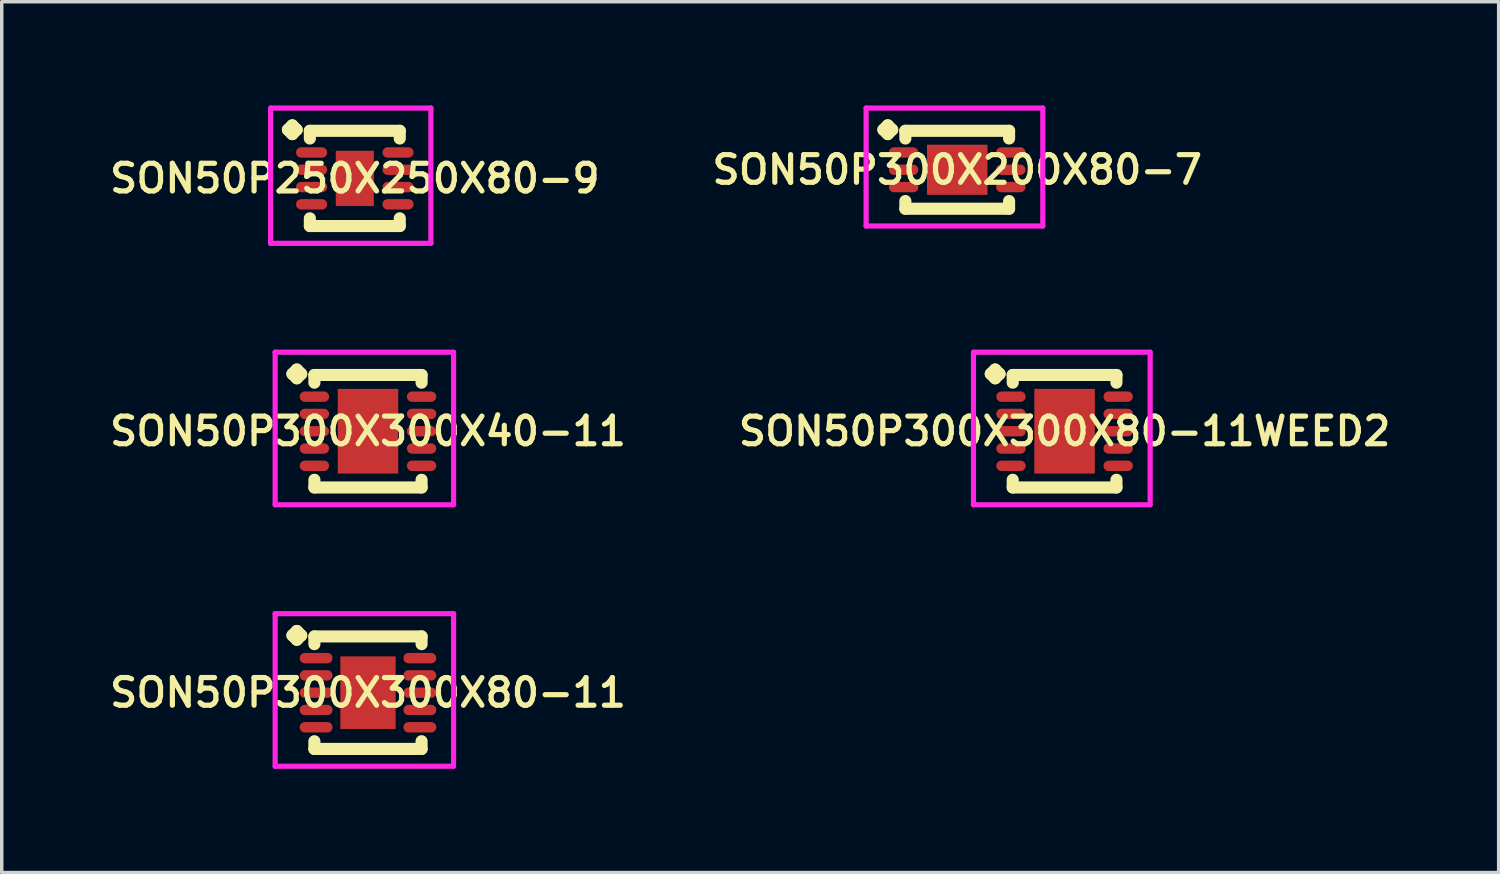
<source format=kicad_pcb>
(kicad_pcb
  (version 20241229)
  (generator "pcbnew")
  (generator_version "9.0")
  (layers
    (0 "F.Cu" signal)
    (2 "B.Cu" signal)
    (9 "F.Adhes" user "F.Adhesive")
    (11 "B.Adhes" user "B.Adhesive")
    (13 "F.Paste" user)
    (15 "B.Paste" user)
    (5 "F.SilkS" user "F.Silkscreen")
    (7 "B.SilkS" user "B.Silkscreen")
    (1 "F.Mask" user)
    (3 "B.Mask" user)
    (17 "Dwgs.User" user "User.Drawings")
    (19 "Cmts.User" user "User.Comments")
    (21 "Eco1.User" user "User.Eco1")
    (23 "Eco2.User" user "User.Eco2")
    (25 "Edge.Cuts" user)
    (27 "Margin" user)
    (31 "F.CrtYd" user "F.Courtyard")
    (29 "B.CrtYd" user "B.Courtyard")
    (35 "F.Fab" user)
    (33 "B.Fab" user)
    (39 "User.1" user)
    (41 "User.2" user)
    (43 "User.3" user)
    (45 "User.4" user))
  (footprint "SON50P300X200X80-7"
    (layer "F.Cu")
    (at 24.635 1.86)
    (property "Reference" "SON50P300X200X80-7" (at 0 0 0) (layer "F.SilkS") (effects (font (size 0.8 0.8) (thickness 0.15))))
    (attr smd)
    (fp_line (start -2.135 -1.158) (end -2.008 -1.285) (stroke (width 0.35) (type solid)) (layer "F.SilkS"))
    (fp_line (start -2.008 -1.285) (end -1.881 -1.158) (stroke (width 0.35) (type solid)) (layer "F.SilkS"))
    (fp_line (start -2.008 -1.031) (end -2.135 -1.158) (stroke (width 0.35) (type solid)) (layer "F.SilkS"))
    (fp_line (start -1.881 -1.158) (end -2.008 -1.031) (stroke (width 0.35) (type solid)) (layer "F.SilkS"))
    (fp_line (start -1.5 -1.127) (end 1.5 -1.127) (stroke (width 0.35) (type solid)) (layer "F.SilkS"))
    (fp_line (start -1.5 -0.904) (end -1.5 -1.127) (stroke (width 0.35) (type solid)) (layer "F.SilkS"))
    (fp_line (start -1.5 0.904) (end -1.5 1.127) (stroke (width 0.35) (type solid)) (layer "F.SilkS"))
    (fp_line (start -1.5 1.127) (end 1.5 1.127) (stroke (width 0.35) (type solid)) (layer "F.SilkS"))
    (fp_line (start 1.5 -1.127) (end 1.5 -0.904) (stroke (width 0.35) (type solid)) (layer "F.SilkS"))
    (fp_line (start 1.5 1.127) (end 1.5 0.904) (stroke (width 0.35) (type solid)) (layer "F.SilkS"))
    (fp_line (start -2.635 -1.785) (end 2.475 -1.785) (stroke (width 0.15) (type solid)) (layer "F.CrtYd"))
    (fp_line (start -2.635 1.627) (end -2.635 -1.785) (stroke (width 0.15) (type solid)) (layer "F.CrtYd"))
    (fp_line (start 2.475 -1.785) (end 2.475 1.627) (stroke (width 0.15) (type solid)) (layer "F.CrtYd"))
    (fp_line (start 2.475 1.627) (end -2.635 1.627) (stroke (width 0.15) (type solid)) (layer "F.CrtYd"))
    (pad "1" smd oval (at -1.55 -0.5) (size 0.85 0.3) (layers "F.Cu" "F.Mask" "F.Paste"))
    (pad "2" smd oval (at -1.55 0) (size 0.85 0.3) (layers "F.Cu" "F.Mask" "F.Paste"))
    (pad "3" smd oval (at -1.55 0.5) (size 0.85 0.3) (layers "F.Cu" "F.Mask" "F.Paste"))
    (pad "4" smd oval (at 1.55 0.5) (size 0.85 0.3) (layers "F.Cu" "F.Mask" "F.Paste"))
    (pad "5" smd oval (at 1.55 0) (size 0.85 0.3) (layers "F.Cu" "F.Mask" "F.Paste"))
    (pad "6" smd oval (at 1.55 -0.5) (size 0.85 0.3) (layers "F.Cu" "F.Mask" "F.Paste"))
    (pad "7" smd rect (at 0 0) (size 1.75 1.45) (layers "F.Cu" "F.Mask" "F.Paste")))
  (footprint "SON50P300X300X80-11WEED2"
    (layer "F.Cu")
    (at 27.74 9.422)
    (property "Reference" "SON50P300X300X80-11WEED2" (at 0 0 0) (layer "F.SilkS") (effects (font (size 0.8 0.8) (thickness 0.15))))
    (attr smd)
    (fp_line (start -2.135 -1.658) (end -2.008 -1.785) (stroke (width 0.35) (type solid)) (layer "F.SilkS"))
    (fp_line (start -2.008 -1.785) (end -1.881 -1.658) (stroke (width 0.35) (type solid)) (layer "F.SilkS"))
    (fp_line (start -2.008 -1.531) (end -2.135 -1.658) (stroke (width 0.35) (type solid)) (layer "F.SilkS"))
    (fp_line (start -1.881 -1.658) (end -2.008 -1.531) (stroke (width 0.35) (type solid)) (layer "F.SilkS"))
    (fp_line (start -1.5 -1.627) (end 1.5 -1.627) (stroke (width 0.35) (type solid)) (layer "F.SilkS"))
    (fp_line (start -1.5 -1.404) (end -1.5 -1.627) (stroke (width 0.35) (type solid)) (layer "F.SilkS"))
    (fp_line (start -1.5 1.404) (end -1.5 1.627) (stroke (width 0.35) (type solid)) (layer "F.SilkS"))
    (fp_line (start -1.5 1.627) (end 1.5 1.627) (stroke (width 0.35) (type solid)) (layer "F.SilkS"))
    (fp_line (start 1.5 -1.627) (end 1.5 -1.404) (stroke (width 0.35) (type solid)) (layer "F.SilkS"))
    (fp_line (start 1.5 1.627) (end 1.5 1.404) (stroke (width 0.35) (type solid)) (layer "F.SilkS"))
    (fp_line (start -2.635 -2.285) (end 2.475 -2.285) (stroke (width 0.15) (type solid)) (layer "F.CrtYd"))
    (fp_line (start -2.635 2.127) (end -2.635 -2.285) (stroke (width 0.15) (type solid)) (layer "F.CrtYd"))
    (fp_line (start 2.475 -2.285) (end 2.475 2.127) (stroke (width 0.15) (type solid)) (layer "F.CrtYd"))
    (fp_line (start 2.475 2.127) (end -2.635 2.127) (stroke (width 0.15) (type solid)) (layer "F.CrtYd"))
    (pad "1" smd oval (at -1.55 -1) (size 0.85 0.3) (layers "F.Cu" "F.Mask" "F.Paste"))
    (pad "2" smd oval (at -1.55 -0.5) (size 0.85 0.3) (layers "F.Cu" "F.Mask" "F.Paste"))
    (pad "3" smd oval (at -1.55 0) (size 0.85 0.3) (layers "F.Cu" "F.Mask" "F.Paste"))
    (pad "4" smd oval (at -1.55 0.5) (size 0.85 0.3) (layers "F.Cu" "F.Mask" "F.Paste"))
    (pad "5" smd oval (at -1.55 1) (size 0.85 0.3) (layers "F.Cu" "F.Mask" "F.Paste"))
    (pad "6" smd oval (at 1.55 1) (size 0.85 0.3) (layers "F.Cu" "F.Mask" "F.Paste"))
    (pad "7" smd oval (at 1.55 0.5) (size 0.85 0.3) (layers "F.Cu" "F.Mask" "F.Paste"))
    (pad "8" smd oval (at 1.55 0) (size 0.85 0.3) (layers "F.Cu" "F.Mask" "F.Paste"))
    (pad "9" smd oval (at 1.55 -0.5) (size 0.85 0.3) (layers "F.Cu" "F.Mask" "F.Paste"))
    (pad "10" smd oval (at 1.55 -1) (size 0.85 0.3) (layers "F.Cu" "F.Mask" "F.Paste"))
    (pad "11" smd rect (at 0 0) (size 1.75 2.45) (layers "F.Cu" "F.Mask" "F.Paste")))
  (footprint "SON50P300X300X80-11"
    (layer "F.Cu")
    (at 7.593 16.984)
    (property "Reference" "SON50P300X300X80-11" (at 0 0 0) (layer "F.SilkS") (effects (font (size 0.8 0.8) (thickness 0.15))))
    (attr smd)
    (fp_line (start -2.185 -1.658) (end -2.058 -1.785) (stroke (width 0.35) (type solid)) (layer "F.SilkS"))
    (fp_line (start -2.058 -1.785) (end -1.931 -1.658) (stroke (width 0.35) (type solid)) (layer "F.SilkS"))
    (fp_line (start -2.058 -1.531) (end -2.185 -1.658) (stroke (width 0.35) (type solid)) (layer "F.SilkS"))
    (fp_line (start -1.931 -1.658) (end -2.058 -1.531) (stroke (width 0.35) (type solid)) (layer "F.SilkS"))
    (fp_line (start -1.55 -1.627) (end 1.55 -1.627) (stroke (width 0.35) (type solid)) (layer "F.SilkS"))
    (fp_line (start -1.55 -1.404) (end -1.55 -1.627) (stroke (width 0.35) (type solid)) (layer "F.SilkS"))
    (fp_line (start -1.55 1.404) (end -1.55 1.627) (stroke (width 0.35) (type solid)) (layer "F.SilkS"))
    (fp_line (start -1.55 1.627) (end 1.55 1.627) (stroke (width 0.35) (type solid)) (layer "F.SilkS"))
    (fp_line (start 1.55 -1.627) (end 1.55 -1.404) (stroke (width 0.35) (type solid)) (layer "F.SilkS"))
    (fp_line (start 1.55 1.627) (end 1.55 1.404) (stroke (width 0.35) (type solid)) (layer "F.SilkS"))
    (fp_line (start -2.685 -2.285) (end 2.475 -2.285) (stroke (width 0.15) (type solid)) (layer "F.CrtYd"))
    (fp_line (start -2.685 2.127) (end -2.685 -2.285) (stroke (width 0.15) (type solid)) (layer "F.CrtYd"))
    (fp_line (start 2.475 -2.285) (end 2.475 2.127) (stroke (width 0.15) (type solid)) (layer "F.CrtYd"))
    (fp_line (start 2.475 2.127) (end -2.685 2.127) (stroke (width 0.15) (type solid)) (layer "F.CrtYd"))
    (pad "1" smd oval (at -1.5 -1) (size 0.95 0.3) (layers "F.Cu" "F.Mask" "F.Paste"))
    (pad "2" smd oval (at -1.5 -0.5) (size 0.95 0.3) (layers "F.Cu" "F.Mask" "F.Paste"))
    (pad "3" smd oval (at -1.5 0) (size 0.95 0.3) (layers "F.Cu" "F.Mask" "F.Paste"))
    (pad "4" smd oval (at -1.5 0.5) (size 0.95 0.3) (layers "F.Cu" "F.Mask" "F.Paste"))
    (pad "5" smd oval (at -1.5 1) (size 0.95 0.3) (layers "F.Cu" "F.Mask" "F.Paste"))
    (pad "6" smd oval (at 1.5 1) (size 0.95 0.3) (layers "F.Cu" "F.Mask" "F.Paste"))
    (pad "7" smd oval (at 1.5 0.5) (size 0.95 0.3) (layers "F.Cu" "F.Mask" "F.Paste"))
    (pad "8" smd oval (at 1.5 0) (size 0.95 0.3) (layers "F.Cu" "F.Mask" "F.Paste"))
    (pad "9" smd oval (at 1.5 -0.5) (size 0.95 0.3) (layers "F.Cu" "F.Mask" "F.Paste"))
    (pad "10" smd oval (at 1.5 -1) (size 0.95 0.3) (layers "F.Cu" "F.Mask" "F.Paste"))
    (pad "11" smd rect (at 0 0) (size 1.6 2.1) (layers "F.Cu" "F.Mask" "F.Paste")))
  (footprint "SON50P300X300X40-11"
    (layer "F.Cu")
    (at 7.593 9.422)
    (property "Reference" "SON50P300X300X40-11" (at 0 0 0) (layer "F.SilkS") (effects (font (size 0.8 0.8) (thickness 0.15))))
    (attr smd)
    (fp_line (start -2.185 -1.658) (end -2.058 -1.785) (stroke (width 0.35) (type solid)) (layer "F.SilkS"))
    (fp_line (start -2.058 -1.785) (end -1.931 -1.658) (stroke (width 0.35) (type solid)) (layer "F.SilkS"))
    (fp_line (start -2.058 -1.531) (end -2.185 -1.658) (stroke (width 0.35) (type solid)) (layer "F.SilkS"))
    (fp_line (start -1.931 -1.658) (end -2.058 -1.531) (stroke (width 0.35) (type solid)) (layer "F.SilkS"))
    (fp_line (start -1.55 -1.627) (end 1.55 -1.627) (stroke (width 0.35) (type solid)) (layer "F.SilkS"))
    (fp_line (start -1.55 -1.404) (end -1.55 -1.627) (stroke (width 0.35) (type solid)) (layer "F.SilkS"))
    (fp_line (start -1.55 1.404) (end -1.55 1.627) (stroke (width 0.35) (type solid)) (layer "F.SilkS"))
    (fp_line (start -1.55 1.627) (end 1.55 1.627) (stroke (width 0.35) (type solid)) (layer "F.SilkS"))
    (fp_line (start 1.55 -1.627) (end 1.55 -1.404) (stroke (width 0.35) (type solid)) (layer "F.SilkS"))
    (fp_line (start 1.55 1.627) (end 1.55 1.404) (stroke (width 0.35) (type solid)) (layer "F.SilkS"))
    (fp_line (start -2.685 -2.285) (end 2.475 -2.285) (stroke (width 0.15) (type solid)) (layer "F.CrtYd"))
    (fp_line (start -2.685 2.127) (end -2.685 -2.285) (stroke (width 0.15) (type solid)) (layer "F.CrtYd"))
    (fp_line (start 2.475 -2.285) (end 2.475 2.127) (stroke (width 0.15) (type solid)) (layer "F.CrtYd"))
    (fp_line (start 2.475 2.127) (end -2.685 2.127) (stroke (width 0.15) (type solid)) (layer "F.CrtYd"))
    (pad "1" smd oval (at -1.55 -1) (size 0.85 0.3) (layers "F.Cu" "F.Mask" "F.Paste"))
    (pad "2" smd oval (at -1.55 -0.5) (size 0.85 0.3) (layers "F.Cu" "F.Mask" "F.Paste"))
    (pad "3" smd oval (at -1.55 0) (size 0.85 0.3) (layers "F.Cu" "F.Mask" "F.Paste"))
    (pad "4" smd oval (at -1.55 0.5) (size 0.85 0.3) (layers "F.Cu" "F.Mask" "F.Paste"))
    (pad "5" smd oval (at -1.55 1) (size 0.85 0.3) (layers "F.Cu" "F.Mask" "F.Paste"))
    (pad "6" smd oval (at 1.55 1) (size 0.85 0.3) (layers "F.Cu" "F.Mask" "F.Paste"))
    (pad "7" smd oval (at 1.55 0.5) (size 0.85 0.3) (layers "F.Cu" "F.Mask" "F.Paste"))
    (pad "8" smd oval (at 1.55 0) (size 0.85 0.3) (layers "F.Cu" "F.Mask" "F.Paste"))
    (pad "9" smd oval (at 1.55 -0.5) (size 0.85 0.3) (layers "F.Cu" "F.Mask" "F.Paste"))
    (pad "10" smd oval (at 1.55 -1) (size 0.85 0.3) (layers "F.Cu" "F.Mask" "F.Paste"))
    (pad "11" smd rect (at 0 0) (size 1.75 2.45) (layers "F.Cu" "F.Mask" "F.Paste")))
  (footprint "SON50P250X250X80-9"
    (layer "F.Cu")
    (at 7.212 2.11)
    (property "Reference" "SON50P250X250X80-9" (at 0 0 0) (layer "F.SilkS") (effects (font (size 0.8 0.8) (thickness 0.15))))
    (attr smd)
    (fp_line (start -1.935 -1.408) (end -1.808 -1.535) (stroke (width 0.35) (type solid)) (layer "F.SilkS"))
    (fp_line (start -1.808 -1.535) (end -1.681 -1.408) (stroke (width 0.35) (type solid)) (layer "F.SilkS"))
    (fp_line (start -1.808 -1.281) (end -1.935 -1.408) (stroke (width 0.35) (type solid)) (layer "F.SilkS"))
    (fp_line (start -1.681 -1.408) (end -1.808 -1.281) (stroke (width 0.35) (type solid)) (layer "F.SilkS"))
    (fp_line (start -1.3 -1.377) (end 1.3 -1.377) (stroke (width 0.35) (type solid)) (layer "F.SilkS"))
    (fp_line (start -1.3 -1.154) (end -1.3 -1.377) (stroke (width 0.35) (type solid)) (layer "F.SilkS"))
    (fp_line (start -1.3 1.154) (end -1.3 1.377) (stroke (width 0.35) (type solid)) (layer "F.SilkS"))
    (fp_line (start -1.3 1.377) (end 1.3 1.377) (stroke (width 0.35) (type solid)) (layer "F.SilkS"))
    (fp_line (start 1.3 -1.377) (end 1.3 -1.154) (stroke (width 0.35) (type solid)) (layer "F.SilkS"))
    (fp_line (start 1.3 1.377) (end 1.3 1.154) (stroke (width 0.35) (type solid)) (layer "F.SilkS"))
    (fp_line (start -2.435 -2.035) (end 2.2 -2.035) (stroke (width 0.15) (type solid)) (layer "F.CrtYd"))
    (fp_line (start -2.435 1.877) (end -2.435 -2.035) (stroke (width 0.15) (type solid)) (layer "F.CrtYd"))
    (fp_line (start 2.2 -2.035) (end 2.2 1.877) (stroke (width 0.15) (type solid)) (layer "F.CrtYd"))
    (fp_line (start 2.2 1.877) (end -2.435 1.877) (stroke (width 0.15) (type solid)) (layer "F.CrtYd"))
    (pad "1" smd oval (at -1.25 -0.75) (size 0.9 0.3) (layers "F.Cu" "F.Mask" "F.Paste"))
    (pad "2" smd oval (at -1.25 -0.25) (size 0.9 0.3) (layers "F.Cu" "F.Mask" "F.Paste"))
    (pad "3" smd oval (at -1.25 0.25) (size 0.9 0.3) (layers "F.Cu" "F.Mask" "F.Paste"))
    (pad "4" smd oval (at -1.25 0.75) (size 0.9 0.3) (layers "F.Cu" "F.Mask" "F.Paste"))
    (pad "5" smd oval (at 1.25 0.75) (size 0.9 0.3) (layers "F.Cu" "F.Mask" "F.Paste"))
    (pad "6" smd oval (at 1.25 0.25) (size 0.9 0.3) (layers "F.Cu" "F.Mask" "F.Paste"))
    (pad "7" smd oval (at 1.25 -0.25) (size 0.9 0.3) (layers "F.Cu" "F.Mask" "F.Paste"))
    (pad "8" smd oval (at 1.25 -0.75) (size 0.9 0.3) (layers "F.Cu" "F.Mask" "F.Paste"))
    (pad "9" smd rect (at 0 0) (size 1.1 1.6) (layers "F.Cu" "F.Mask" "F.Paste")))
  (gr_rect
    (start -3 -3)
    (end 40.294 22.186)
    (stroke (width 0.1) (type default))
    (fill no)
    (layer "Edge.Cuts")))
</source>
